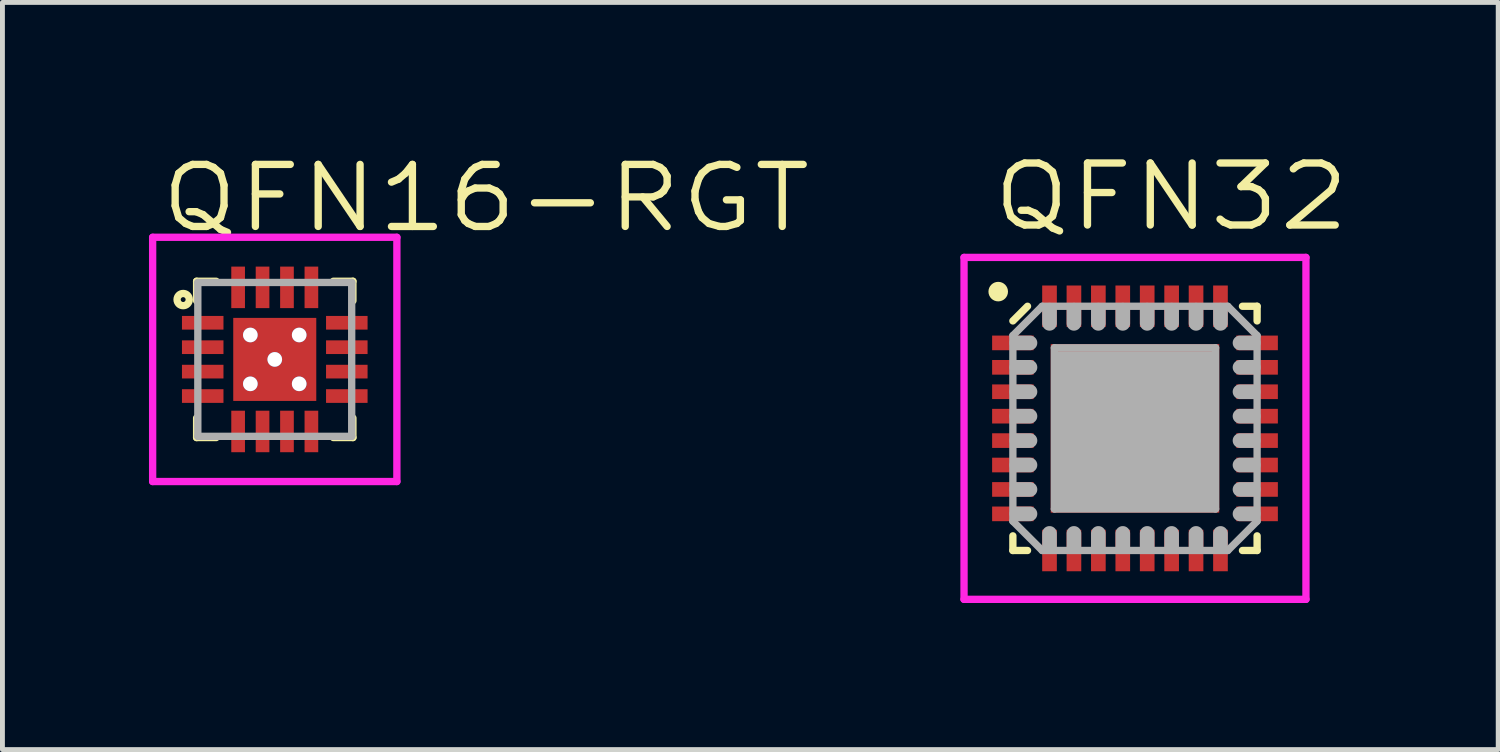
<source format=kicad_pcb>
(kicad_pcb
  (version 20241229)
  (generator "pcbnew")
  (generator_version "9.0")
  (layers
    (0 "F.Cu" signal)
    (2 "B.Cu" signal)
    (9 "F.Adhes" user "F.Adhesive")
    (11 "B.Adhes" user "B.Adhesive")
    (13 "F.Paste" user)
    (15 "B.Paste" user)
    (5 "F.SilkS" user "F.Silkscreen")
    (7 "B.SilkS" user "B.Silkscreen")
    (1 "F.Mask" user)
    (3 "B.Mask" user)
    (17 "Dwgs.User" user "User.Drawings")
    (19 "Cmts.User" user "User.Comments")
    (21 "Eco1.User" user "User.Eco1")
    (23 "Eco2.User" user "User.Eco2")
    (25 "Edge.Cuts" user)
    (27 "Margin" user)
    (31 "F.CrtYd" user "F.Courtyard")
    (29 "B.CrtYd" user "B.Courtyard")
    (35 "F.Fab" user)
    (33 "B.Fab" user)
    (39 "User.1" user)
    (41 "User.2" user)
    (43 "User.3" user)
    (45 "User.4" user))
  (footprint "QFN32"
    (layer "F.Cu")
    (at 20.186 5.72)
    (property "Reference" "QFN32" (at -3 -4 0) (layer "F.SilkS") (effects (font (size 1.27 1.5) (thickness 0.15)) (justify left bottom)))
    (attr through_hole)
    (fp_line (start -2.5 2.2) (end -2.5 2.5) (stroke (width 0.15) (type solid)) (layer "F.SilkS"))
    (fp_line (start -2.5 2.5) (end -2.2 2.5) (stroke (width 0.15) (type solid)) (layer "F.SilkS"))
    (fp_line (start -2.2 -2.5) (end -2.5 -2.2) (stroke (width 0.15) (type solid)) (layer "F.SilkS"))
    (fp_line (start 2.2 2.5) (end 2.5 2.5) (stroke (width 0.15) (type solid)) (layer "F.SilkS"))
    (fp_line (start 2.5 -2.5) (end 2.2 -2.5) (stroke (width 0.15) (type solid)) (layer "F.SilkS"))
    (fp_line (start 2.5 -2.5) (end 2.5 -2.2) (stroke (width 0.15) (type solid)) (layer "F.SilkS"))
    (fp_line (start 2.5 2.5) (end 2.5 2.2) (stroke (width 0.15) (type solid)) (layer "F.SilkS"))
    (fp_circle (center -2.8 -2.8) (end -2.6 -2.8) (stroke (width 0) (type solid)) (fill yes) (layer "F.SilkS"))
    (fp_line (start -3.5 -3.5) (end 3.5 -3.5) (stroke (width 0.15) (type solid)) (layer "F.CrtYd"))
    (fp_line (start -3.5 3.5) (end -3.5 -3.5) (stroke (width 0.15) (type solid)) (layer "F.CrtYd"))
    (fp_line (start 3.5 -3.5) (end 3.5 3.5) (stroke (width 0.15) (type solid)) (layer "F.CrtYd"))
    (fp_line (start 3.5 3.5) (end -3.5 3.5) (stroke (width 0.15) (type solid)) (layer "F.CrtYd"))
    (fp_line (start -2.5 -1.9) (end -1.9 -2.5) (stroke (width 0.15) (type solid)) (layer "F.Fab"))
    (fp_line (start -2.5 1.9) (end -2.5 -1.9) (stroke (width 0.15) (type solid)) (layer "F.Fab"))
    (fp_line (start -2.42 -1.75) (end -2.15 -1.75) (stroke (width 0.3) (type solid)) (layer "F.Fab"))
    (fp_line (start -2.42 -1.25) (end -2.15 -1.25) (stroke (width 0.3) (type solid)) (layer "F.Fab"))
    (fp_line (start -2.42 -0.75) (end -2.15 -0.75) (stroke (width 0.3) (type solid)) (layer "F.Fab"))
    (fp_line (start -2.42 -0.25) (end -2.15 -0.25) (stroke (width 0.3) (type solid)) (layer "F.Fab"))
    (fp_line (start -2.42 0.25) (end -2.15 0.25) (stroke (width 0.3) (type solid)) (layer "F.Fab"))
    (fp_line (start -2.42 0.75) (end -2.15 0.75) (stroke (width 0.3) (type solid)) (layer "F.Fab"))
    (fp_line (start -2.42 1.25) (end -2.15 1.25) (stroke (width 0.3) (type solid)) (layer "F.Fab"))
    (fp_line (start -2.42 1.75) (end -2.15 1.75) (stroke (width 0.3) (type solid)) (layer "F.Fab"))
    (fp_line (start -1.9 -2.5) (end 1.9 -2.5) (stroke (width 0.15) (type solid)) (layer "F.Fab"))
    (fp_line (start -1.9 2.5) (end -2.5 1.9) (stroke (width 0.15) (type solid)) (layer "F.Fab"))
    (fp_line (start -1.75 -2.15) (end -1.75 -2.42) (stroke (width 0.3) (type solid)) (layer "F.Fab"))
    (fp_line (start -1.75 2.42) (end -1.75 2.15) (stroke (width 0.3) (type solid)) (layer "F.Fab"))
    (fp_line (start -1.65 -1.65) (end -1.65 1.65) (stroke (width 0.15) (type solid)) (layer "F.Fab"))
    (fp_line (start -1.65 1.65) (end 1.65 1.65) (stroke (width 0.15) (type solid)) (layer "F.Fab"))
    (fp_line (start -1.6 -1.5) (end 1.6 -1.5) (stroke (width 0.15) (type solid)) (layer "F.Fab"))
    (fp_line (start -1.6 -1.5) (end 1.6 -1.5) (stroke (width 0.15) (type solid)) (layer "F.Fab"))
    (fp_line (start -1.6 -1.4) (end 1.6 -1.4) (stroke (width 0.15) (type solid)) (layer "F.Fab"))
    (fp_line (start -1.6 -1.4) (end 1.6 -1.4) (stroke (width 0.15) (type solid)) (layer "F.Fab"))
    (fp_line (start -1.6 -1.3) (end 1.6 -1.3) (stroke (width 0.15) (type solid)) (layer "F.Fab"))
    (fp_line (start -1.6 -1.3) (end 1.6 -1.3) (stroke (width 0.15) (type solid)) (layer "F.Fab"))
    (fp_line (start -1.6 -1.2) (end 1.6 -1.2) (stroke (width 0.15) (type solid)) (layer "F.Fab"))
    (fp_line (start -1.6 -1.2) (end 1.6 -1.2) (stroke (width 0.15) (type solid)) (layer "F.Fab"))
    (fp_line (start -1.6 -1.1) (end 1.6 -1.1) (stroke (width 0.15) (type solid)) (layer "F.Fab"))
    (fp_line (start -1.6 -1.1) (end 1.6 -1.1) (stroke (width 0.15) (type solid)) (layer "F.Fab"))
    (fp_line (start -1.6 -1) (end 1.6 -1) (stroke (width 0.15) (type solid)) (layer "F.Fab"))
    (fp_line (start -1.6 -1) (end 1.6 -1) (stroke (width 0.15) (type solid)) (layer "F.Fab"))
    (fp_line (start -1.6 -0.9) (end 1.6 -0.9) (stroke (width 0.15) (type solid)) (layer "F.Fab"))
    (fp_line (start -1.6 -0.9) (end 1.6 -0.9) (stroke (width 0.15) (type solid)) (layer "F.Fab"))
    (fp_line (start -1.6 -0.8) (end 1.6 -0.8) (stroke (width 0.15) (type solid)) (layer "F.Fab"))
    (fp_line (start -1.6 -0.8) (end 1.6 -0.8) (stroke (width 0.15) (type solid)) (layer "F.Fab"))
    (fp_line (start -1.6 -0.7) (end 1.6 -0.7) (stroke (width 0.15) (type solid)) (layer "F.Fab"))
    (fp_line (start -1.6 -0.7) (end 1.6 -0.7) (stroke (width 0.15) (type solid)) (layer "F.Fab"))
    (fp_line (start -1.6 -0.6) (end 1.6 -0.6) (stroke (width 0.15) (type solid)) (layer "F.Fab"))
    (fp_line (start -1.6 -0.6) (end 1.6 -0.6) (stroke (width 0.15) (type solid)) (layer "F.Fab"))
    (fp_line (start -1.6 -0.5) (end 1.6 -0.5) (stroke (width 0.15) (type solid)) (layer "F.Fab"))
    (fp_line (start -1.6 -0.5) (end 1.6 -0.5) (stroke (width 0.15) (type solid)) (layer "F.Fab"))
    (fp_line (start -1.6 -0.4) (end 1.6 -0.4) (stroke (width 0.15) (type solid)) (layer "F.Fab"))
    (fp_line (start -1.6 -0.4) (end 1.6 -0.4) (stroke (width 0.15) (type solid)) (layer "F.Fab"))
    (fp_line (start -1.6 -0.3) (end 1.6 -0.3) (stroke (width 0.15) (type solid)) (layer "F.Fab"))
    (fp_line (start -1.6 -0.3) (end 1.6 -0.3) (stroke (width 0.15) (type solid)) (layer "F.Fab"))
    (fp_line (start -1.6 -0.2) (end 1.6 -0.2) (stroke (width 0.15) (type solid)) (layer "F.Fab"))
    (fp_line (start -1.6 -0.2) (end 1.6 -0.2) (stroke (width 0.15) (type solid)) (layer "F.Fab"))
    (fp_line (start -1.6 -0.1) (end 1.6 -0.1) (stroke (width 0.15) (type solid)) (layer "F.Fab"))
    (fp_line (start -1.6 -0.1) (end 1.6 -0.1) (stroke (width 0.15) (type solid)) (layer "F.Fab"))
    (fp_line (start -1.6 0) (end 1.6 0) (stroke (width 0.15) (type solid)) (layer "F.Fab"))
    (fp_line (start -1.6 0) (end 1.6 0) (stroke (width 0.15) (type solid)) (layer "F.Fab"))
    (fp_line (start -1.6 0.1) (end 1.6 0.1) (stroke (width 0.15) (type solid)) (layer "F.Fab"))
    (fp_line (start -1.6 0.1) (end 1.6 0.1) (stroke (width 0.15) (type solid)) (layer "F.Fab"))
    (fp_line (start -1.6 0.2) (end 1.6 0.2) (stroke (width 0.15) (type solid)) (layer "F.Fab"))
    (fp_line (start -1.6 0.2) (end 1.6 0.2) (stroke (width 0.15) (type solid)) (layer "F.Fab"))
    (fp_line (start -1.6 0.3) (end 1.6 0.3) (stroke (width 0.15) (type solid)) (layer "F.Fab"))
    (fp_line (start -1.6 0.3) (end 1.6 0.3) (stroke (width 0.15) (type solid)) (layer "F.Fab"))
    (fp_line (start -1.6 0.4) (end 1.6 0.4) (stroke (width 0.15) (type solid)) (layer "F.Fab"))
    (fp_line (start -1.6 0.4) (end 1.6 0.4) (stroke (width 0.15) (type solid)) (layer "F.Fab"))
    (fp_line (start -1.6 0.5) (end 1.6 0.5) (stroke (width 0.15) (type solid)) (layer "F.Fab"))
    (fp_line (start -1.6 0.5) (end 1.6 0.5) (stroke (width 0.15) (type solid)) (layer "F.Fab"))
    (fp_line (start -1.6 0.6) (end 1.6 0.6) (stroke (width 0.15) (type solid)) (layer "F.Fab"))
    (fp_line (start -1.6 0.6) (end 1.6 0.6) (stroke (width 0.15) (type solid)) (layer "F.Fab"))
    (fp_line (start -1.6 0.7) (end 1.6 0.7) (stroke (width 0.15) (type solid)) (layer "F.Fab"))
    (fp_line (start -1.6 0.7) (end 1.6 0.7) (stroke (width 0.15) (type solid)) (layer "F.Fab"))
    (fp_line (start -1.6 0.8) (end 1.6 0.8) (stroke (width 0.15) (type solid)) (layer "F.Fab"))
    (fp_line (start -1.6 0.8) (end 1.6 0.8) (stroke (width 0.15) (type solid)) (layer "F.Fab"))
    (fp_line (start -1.6 0.9) (end 1.6 0.9) (stroke (width 0.15) (type solid)) (layer "F.Fab"))
    (fp_line (start -1.6 0.9) (end 1.6 0.9) (stroke (width 0.15) (type solid)) (layer "F.Fab"))
    (fp_line (start -1.6 1) (end 1.6 1) (stroke (width 0.15) (type solid)) (layer "F.Fab"))
    (fp_line (start -1.6 1) (end 1.6 1) (stroke (width 0.15) (type solid)) (layer "F.Fab"))
    (fp_line (start -1.6 1.1) (end 1.6 1.1) (stroke (width 0.15) (type solid)) (layer "F.Fab"))
    (fp_line (start -1.6 1.1) (end 1.6 1.1) (stroke (width 0.15) (type solid)) (layer "F.Fab"))
    (fp_line (start -1.6 1.2) (end 1.6 1.2) (stroke (width 0.15) (type solid)) (layer "F.Fab"))
    (fp_line (start -1.6 1.2) (end 1.6 1.2) (stroke (width 0.15) (type solid)) (layer "F.Fab"))
    (fp_line (start -1.6 1.3) (end 1.6 1.3) (stroke (width 0.15) (type solid)) (layer "F.Fab"))
    (fp_line (start -1.6 1.3) (end 1.6 1.3) (stroke (width 0.15) (type solid)) (layer "F.Fab"))
    (fp_line (start -1.6 1.4) (end 1.6 1.4) (stroke (width 0.15) (type solid)) (layer "F.Fab"))
    (fp_line (start -1.6 1.4) (end 1.6 1.4) (stroke (width 0.15) (type solid)) (layer "F.Fab"))
    (fp_line (start -1.6 1.5) (end 1.6 1.5) (stroke (width 0.15) (type solid)) (layer "F.Fab"))
    (fp_line (start -1.6 1.5) (end 1.6 1.5) (stroke (width 0.15) (type solid)) (layer "F.Fab"))
    (fp_line (start -1.6 1.6) (end 1.6 1.6) (stroke (width 0.15) (type solid)) (layer "F.Fab"))
    (fp_line (start -1.6 1.6) (end 1.6 1.6) (stroke (width 0.15) (type solid)) (layer "F.Fab"))
    (fp_line (start -1.25 -2.15) (end -1.25 -2.42) (stroke (width 0.3) (type solid)) (layer "F.Fab"))
    (fp_line (start -1.25 2.42) (end -1.25 2.15) (stroke (width 0.3) (type solid)) (layer "F.Fab"))
    (fp_line (start -0.75 -2.15) (end -0.75 -2.42) (stroke (width 0.3) (type solid)) (layer "F.Fab"))
    (fp_line (start -0.75 2.42) (end -0.75 2.15) (stroke (width 0.3) (type solid)) (layer "F.Fab"))
    (fp_line (start -0.25 -2.15) (end -0.25 -2.42) (stroke (width 0.3) (type solid)) (layer "F.Fab"))
    (fp_line (start -0.25 2.42) (end -0.25 2.15) (stroke (width 0.3) (type solid)) (layer "F.Fab"))
    (fp_line (start 0.25 -2.15) (end 0.25 -2.42) (stroke (width 0.3) (type solid)) (layer "F.Fab"))
    (fp_line (start 0.25 2.42) (end 0.25 2.15) (stroke (width 0.3) (type solid)) (layer "F.Fab"))
    (fp_line (start 0.75 -2.15) (end 0.75 -2.42) (stroke (width 0.3) (type solid)) (layer "F.Fab"))
    (fp_line (start 0.75 2.42) (end 0.75 2.15) (stroke (width 0.3) (type solid)) (layer "F.Fab"))
    (fp_line (start 1.25 -2.15) (end 1.25 -2.42) (stroke (width 0.3) (type solid)) (layer "F.Fab"))
    (fp_line (start 1.25 2.42) (end 1.25 2.15) (stroke (width 0.3) (type solid)) (layer "F.Fab"))
    (fp_line (start 1.65 -1.65) (end -1.65 -1.65) (stroke (width 0.15) (type solid)) (layer "F.Fab"))
    (fp_line (start 1.65 1.65) (end 1.65 -1.65) (stroke (width 0.15) (type solid)) (layer "F.Fab"))
    (fp_line (start 1.75 -2.15) (end 1.75 -2.42) (stroke (width 0.3) (type solid)) (layer "F.Fab"))
    (fp_line (start 1.75 2.42) (end 1.75 2.15) (stroke (width 0.3) (type solid)) (layer "F.Fab"))
    (fp_line (start 1.9 -2.5) (end 2.5 -1.9) (stroke (width 0.15) (type solid)) (layer "F.Fab"))
    (fp_line (start 1.9 2.5) (end -1.9 2.5) (stroke (width 0.15) (type solid)) (layer "F.Fab"))
    (fp_line (start 2.15 -1.75) (end 2.42 -1.75) (stroke (width 0.3) (type solid)) (layer "F.Fab"))
    (fp_line (start 2.15 -1.25) (end 2.42 -1.25) (stroke (width 0.3) (type solid)) (layer "F.Fab"))
    (fp_line (start 2.15 -0.75) (end 2.42 -0.75) (stroke (width 0.3) (type solid)) (layer "F.Fab"))
    (fp_line (start 2.15 -0.25) (end 2.42 -0.25) (stroke (width 0.3) (type solid)) (layer "F.Fab"))
    (fp_line (start 2.15 0.25) (end 2.42 0.25) (stroke (width 0.3) (type solid)) (layer "F.Fab"))
    (fp_line (start 2.15 0.75) (end 2.42 0.75) (stroke (width 0.3) (type solid)) (layer "F.Fab"))
    (fp_line (start 2.15 1.25) (end 2.42 1.25) (stroke (width 0.3) (type solid)) (layer "F.Fab"))
    (fp_line (start 2.15 1.75) (end 2.42 1.75) (stroke (width 0.3) (type solid)) (layer "F.Fab"))
    (fp_line (start 2.5 -1.9) (end 2.5 1.9) (stroke (width 0.15) (type solid)) (layer "F.Fab"))
    (fp_line (start 2.5 1.9) (end 1.9 2.5) (stroke (width 0.15) (type solid)) (layer "F.Fab"))
    (pad "1" smd rect (at -2.5 -1.75) (size 0.85 0.3) (layers "F.Cu" "F.Mask" "F.Paste"))
    (pad "2" smd rect (at -2.5 -1.25) (size 0.85 0.3) (layers "F.Cu" "F.Mask" "F.Paste"))
    (pad "3" smd rect (at -2.5 -0.75) (size 0.85 0.3) (layers "F.Cu" "F.Mask" "F.Paste"))
    (pad "4" smd rect (at -2.5 -0.25) (size 0.85 0.3) (layers "F.Cu" "F.Mask" "F.Paste"))
    (pad "5" smd rect (at -2.5 0.25) (size 0.85 0.3) (layers "F.Cu" "F.Mask" "F.Paste"))
    (pad "6" smd rect (at -2.5 0.75) (size 0.85 0.3) (layers "F.Cu" "F.Mask" "F.Paste"))
    (pad "7" smd rect (at -2.5 1.25) (size 0.85 0.3) (layers "F.Cu" "F.Mask" "F.Paste"))
    (pad "8" smd rect (at -2.5 1.75) (size 0.85 0.3) (layers "F.Cu" "F.Mask" "F.Paste"))
    (pad "9" smd rect (at -1.75 2.5 90) (size 0.85 0.3) (layers "F.Cu" "F.Mask" "F.Paste"))
    (pad "10" smd rect (at -1.25 2.5 90) (size 0.85 0.3) (layers "F.Cu" "F.Mask" "F.Paste"))
    (pad "11" smd rect (at -0.75 2.5 90) (size 0.85 0.3) (layers "F.Cu" "F.Mask" "F.Paste"))
    (pad "12" smd rect (at -0.25 2.5 90) (size 0.85 0.3) (layers "F.Cu" "F.Mask" "F.Paste"))
    (pad "13" smd rect (at 0.25 2.5 90) (size 0.85 0.3) (layers "F.Cu" "F.Mask" "F.Paste"))
    (pad "14" smd rect (at 0.75 2.5 90) (size 0.85 0.3) (layers "F.Cu" "F.Mask" "F.Paste"))
    (pad "15" smd rect (at 1.25 2.5 90) (size 0.85 0.3) (layers "F.Cu" "F.Mask" "F.Paste"))
    (pad "16" smd rect (at 1.75 2.5 90) (size 0.85 0.3) (layers "F.Cu" "F.Mask" "F.Paste"))
    (pad "17" smd rect (at 2.5 1.75 180) (size 0.85 0.3) (layers "F.Cu" "F.Mask" "F.Paste"))
    (pad "18" smd rect (at 2.5 1.25 180) (size 0.85 0.3) (layers "F.Cu" "F.Mask" "F.Paste"))
    (pad "19" smd rect (at 2.5 0.75 180) (size 0.85 0.3) (layers "F.Cu" "F.Mask" "F.Paste"))
    (pad "20" smd rect (at 2.5 0.25 180) (size 0.85 0.3) (layers "F.Cu" "F.Mask" "F.Paste"))
    (pad "21" smd rect (at 2.5 -0.25 180) (size 0.85 0.3) (layers "F.Cu" "F.Mask" "F.Paste"))
    (pad "22" smd rect (at 2.5 -0.75 180) (size 0.85 0.3) (layers "F.Cu" "F.Mask" "F.Paste"))
    (pad "23" smd rect (at 2.5 -1.25 180) (size 0.85 0.3) (layers "F.Cu" "F.Mask" "F.Paste"))
    (pad "24" smd rect (at 2.5 -1.75 180) (size 0.85 0.3) (layers "F.Cu" "F.Mask" "F.Paste"))
    (pad "25" smd rect (at 1.75 -2.5 270) (size 0.85 0.3) (layers "F.Cu" "F.Mask" "F.Paste"))
    (pad "26" smd rect (at 1.25 -2.5 270) (size 0.85 0.3) (layers "F.Cu" "F.Mask" "F.Paste"))
    (pad "27" smd rect (at 0.75 -2.5 270) (size 0.85 0.3) (layers "F.Cu" "F.Mask" "F.Paste"))
    (pad "28" smd rect (at 0.25 -2.5 270) (size 0.85 0.3) (layers "F.Cu" "F.Mask" "F.Paste"))
    (pad "29" smd rect (at -0.25 -2.5 270) (size 0.85 0.3) (layers "F.Cu" "F.Mask" "F.Paste"))
    (pad "30" smd rect (at -0.75 -2.5 270) (size 0.85 0.3) (layers "F.Cu" "F.Mask" "F.Paste"))
    (pad "31" smd rect (at -1.25 -2.5 270) (size 0.85 0.3) (layers "F.Cu" "F.Mask" "F.Paste"))
    (pad "32" smd rect (at -1.75 -2.5 270) (size 0.85 0.3) (layers "F.Cu" "F.Mask" "F.Paste"))
    (pad "33" smd rect (at 0 0 270) (size 3.45 3.45) (layers "F.Cu" "F.Mask" "F.Paste")))
  (footprint "QFN16-RGT"
    (layer "F.Cu")
    (at 2.575 4.308)
    (property "Reference" "QFN16-RGT" (at 4.318 -3.302 0) (layer "F.SilkS") (effects (font (size 1.27 1.5) (thickness 0.15))))
    (attr through_hole)
    (fp_line (start -1.6 -1.6) (end -1.6 -1.2) (stroke (width 0.15) (type solid)) (layer "F.SilkS"))
    (fp_line (start -1.6 1.2) (end -1.6 1.6) (stroke (width 0.15) (type solid)) (layer "F.SilkS"))
    (fp_line (start -1.6 1.6) (end -1.2 1.6) (stroke (width 0.15) (type solid)) (layer "F.SilkS"))
    (fp_line (start -1.2 -1.6) (end -1.6 -1.6) (stroke (width 0.15) (type solid)) (layer "F.SilkS"))
    (fp_line (start 1.2 -1.6) (end 1.6 -1.6) (stroke (width 0.15) (type solid)) (layer "F.SilkS"))
    (fp_line (start 1.6 -1.6) (end 1.6 -1.2) (stroke (width 0.15) (type solid)) (layer "F.SilkS"))
    (fp_line (start 1.6 1.2) (end 1.6 1.6) (stroke (width 0.15) (type solid)) (layer "F.SilkS"))
    (fp_line (start 1.6 1.6) (end 1.2 1.6) (stroke (width 0.15) (type solid)) (layer "F.SilkS"))
    (fp_circle (center -1.875 -1.225) (end -1.925 -1.225) (stroke (width 0.15) (type solid)) (fill no) (layer "F.SilkS"))
    (fp_line (start -2.5 -2.5) (end -2.5 2.5) (stroke (width 0.15) (type solid)) (layer "F.CrtYd"))
    (fp_line (start -2.5 2.5) (end 2.5 2.5) (stroke (width 0.15) (type solid)) (layer "F.CrtYd"))
    (fp_line (start 2.5 -2.5) (end -2.5 -2.5) (stroke (width 0.15) (type solid)) (layer "F.CrtYd"))
    (fp_line (start 2.5 2.5) (end 2.5 -2.5) (stroke (width 0.15) (type solid)) (layer "F.CrtYd"))
    (fp_line (start -1.575 -1.575) (end 1.575 -1.575) (stroke (width 0.15) (type solid)) (layer "F.Fab"))
    (fp_line (start -1.575 1.575) (end -1.575 -1.575) (stroke (width 0.15) (type solid)) (layer "F.Fab"))
    (fp_line (start 1.575 -1.575) (end 1.575 1.575) (stroke (width 0.15) (type solid)) (layer "F.Fab"))
    (fp_line (start 1.575 1.575) (end -1.575 1.575) (stroke (width 0.15) (type solid)) (layer "F.Fab"))
    (pad "1" smd rect (at -1.475 -0.75 90) (size 0.28 0.85) (layers "F.Cu" "F.Mask" "F.Paste"))
    (pad "2" smd rect (at -1.475 -0.25 90) (size 0.28 0.85) (layers "F.Cu" "F.Mask" "F.Paste"))
    (pad "3" smd rect (at -1.475 0.25 90) (size 0.28 0.85) (layers "F.Cu" "F.Mask" "F.Paste"))
    (pad "4" smd rect (at -1.475 0.75 90) (size 0.28 0.85) (layers "F.Cu" "F.Mask" "F.Paste"))
    (pad "5" smd rect (at -0.75 1.475 180) (size 0.28 0.85) (layers "F.Cu" "F.Mask" "F.Paste"))
    (pad "6" smd rect (at -0.25 1.475 180) (size 0.28 0.85) (layers "F.Cu" "F.Mask" "F.Paste"))
    (pad "7" smd rect (at 0.25 1.475 180) (size 0.28 0.85) (layers "F.Cu" "F.Mask" "F.Paste"))
    (pad "8" smd rect (at 0.75 1.475 180) (size 0.28 0.85) (layers "F.Cu" "F.Mask" "F.Paste"))
    (pad "9" smd rect (at 1.475 0.75 270) (size 0.28 0.85) (layers "F.Cu" "F.Mask" "F.Paste"))
    (pad "10" smd rect (at 1.475 0.25 270) (size 0.28 0.85) (layers "F.Cu" "F.Mask" "F.Paste"))
    (pad "11" smd rect (at 1.475 -0.25 270) (size 0.28 0.85) (layers "F.Cu" "F.Mask" "F.Paste"))
    (pad "12" smd rect (at 1.475 -0.75 270) (size 0.28 0.85) (layers "F.Cu" "F.Mask" "F.Paste"))
    (pad "13" smd rect (at 0.75 -1.475) (size 0.28 0.85) (layers "F.Cu" "F.Mask" "F.Paste"))
    (pad "14" smd rect (at 0.25 -1.475) (size 0.28 0.85) (layers "F.Cu" "F.Mask" "F.Paste"))
    (pad "15" smd rect (at -0.25 -1.475) (size 0.28 0.85) (layers "F.Cu" "F.Mask" "F.Paste"))
    (pad "16" smd rect (at -0.75 -1.475) (size 0.28 0.85) (layers "F.Cu" "F.Mask" "F.Paste"))
    (pad "17" thru_hole circle (at -0.5 -0.5) (size 0.3 0.3) (drill 0.3) (layers "*.Cu"))
    (pad "17" thru_hole circle (at -0.5 0.5) (size 0.3 0.3) (drill 0.3) (layers "*.Cu"))
    (pad "17" thru_hole circle (at 0 0) (size 0.3 0.3) (drill 0.3) (layers "*.Cu"))
    (pad "17" smd rect (at 0 0) (size 1.7 1.7) (layers "F.Cu" "F.Mask" "F.Paste"))
    (pad "17" thru_hole circle (at 0.5 -0.5) (size 0.3 0.3) (drill 0.3) (layers "*.Cu"))
    (pad "17" thru_hole circle (at 0.5 0.5) (size 0.3 0.3) (drill 0.3) (layers "*.Cu")))
  (gr_rect
    (start -3 -3)
    (end 27.622 12.295)
    (stroke (width 0.1) (type default))
    (fill no)
    (layer "Edge.Cuts")))
</source>
